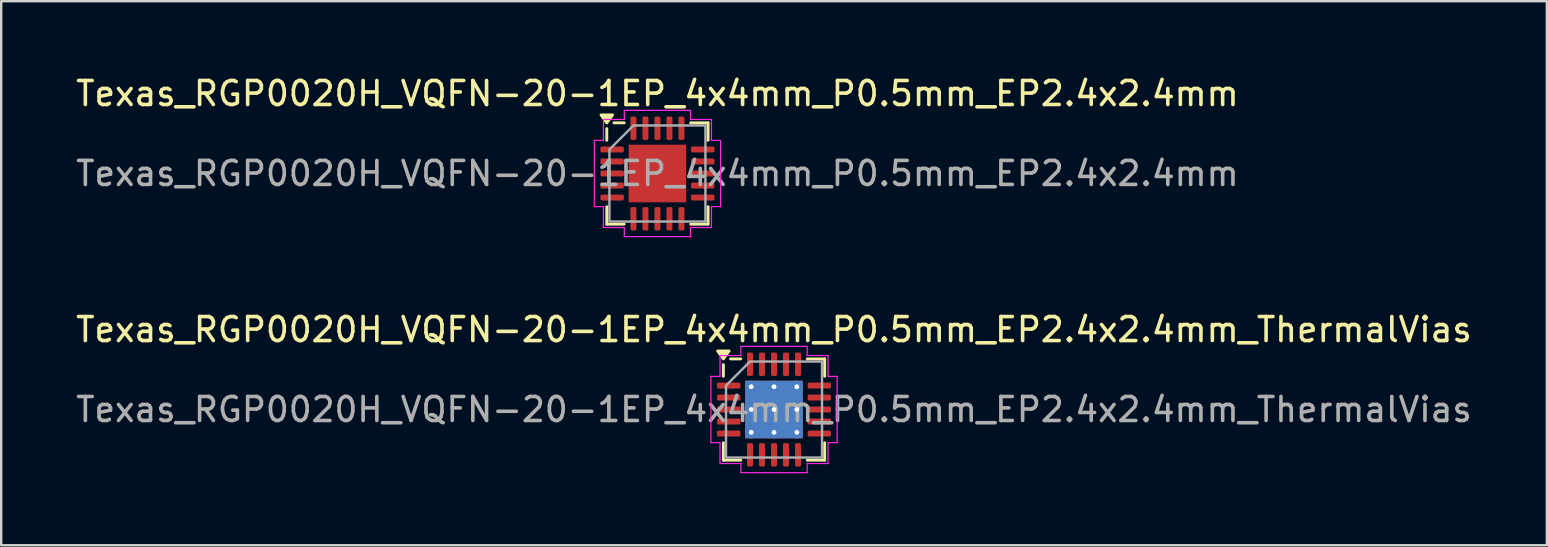
<source format=kicad_pcb>
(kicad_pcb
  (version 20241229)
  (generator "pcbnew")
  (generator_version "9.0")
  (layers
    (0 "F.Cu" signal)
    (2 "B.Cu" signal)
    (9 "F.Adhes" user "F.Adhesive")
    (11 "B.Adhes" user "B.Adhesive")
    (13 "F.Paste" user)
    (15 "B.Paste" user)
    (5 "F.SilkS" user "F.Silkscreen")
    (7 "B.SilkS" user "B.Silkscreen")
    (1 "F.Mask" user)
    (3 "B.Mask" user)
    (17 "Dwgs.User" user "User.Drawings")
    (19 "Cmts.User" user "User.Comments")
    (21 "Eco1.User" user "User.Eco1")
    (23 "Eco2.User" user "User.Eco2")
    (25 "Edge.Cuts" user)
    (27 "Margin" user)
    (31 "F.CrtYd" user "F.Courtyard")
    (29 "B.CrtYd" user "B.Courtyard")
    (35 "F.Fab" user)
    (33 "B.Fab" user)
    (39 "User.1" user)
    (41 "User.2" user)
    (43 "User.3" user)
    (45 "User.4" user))
  (footprint "Texas_RGP0020H_VQFN-20-1EP_4x4mm_P0.5mm_EP2.4x2.4mm_ThermalVias"
    (layer "F.Cu")
    (at 29.196 14.011)
    (property "Reference" "Texas_RGP0020H_VQFN-20-1EP_4x4mm_P0.5mm_EP2.4x2.4mm_ThermalVias" (at 0 -3.33 0) (layer "F.SilkS") (effects (font (size 1 1) (thickness 0.15))))
    (attr smd)
    (fp_line (start -2.11 -1.385) (end -2.11 -1.87) (stroke (width 0.12) (type solid)) (layer "F.SilkS"))
    (fp_line (start -2.11 2.11) (end -2.11 1.385) (stroke (width 0.12) (type solid)) (layer "F.SilkS"))
    (fp_line (start -1.385 -2.11) (end -1.81 -2.11) (stroke (width 0.12) (type solid)) (layer "F.SilkS"))
    (fp_line (start -1.385 2.11) (end -2.11 2.11) (stroke (width 0.12) (type solid)) (layer "F.SilkS"))
    (fp_line (start 1.385 -2.11) (end 2.11 -2.11) (stroke (width 0.12) (type solid)) (layer "F.SilkS"))
    (fp_line (start 1.385 2.11) (end 2.11 2.11) (stroke (width 0.12) (type solid)) (layer "F.SilkS"))
    (fp_line (start 2.11 -2.11) (end 2.11 -1.385) (stroke (width 0.12) (type solid)) (layer "F.SilkS"))
    (fp_line (start 2.11 2.11) (end 2.11 1.385) (stroke (width 0.12) (type solid)) (layer "F.SilkS"))
    (fp_poly (pts (xy -2.11 -2.11) (xy -2.35 -2.44) (xy -1.87 -2.44)) (stroke (width 0.12) (type solid)) (fill yes) (layer "F.SilkS"))
    (fp_line (start -2.63 -1.38) (end -2.25 -1.38) (stroke (width 0.05) (type solid)) (layer "F.CrtYd"))
    (fp_line (start -2.63 1.38) (end -2.63 -1.38) (stroke (width 0.05) (type solid)) (layer "F.CrtYd"))
    (fp_line (start -2.25 -2.25) (end -1.38 -2.25) (stroke (width 0.05) (type solid)) (layer "F.CrtYd"))
    (fp_line (start -2.25 -1.38) (end -2.25 -2.25) (stroke (width 0.05) (type solid)) (layer "F.CrtYd"))
    (fp_line (start -2.25 1.38) (end -2.63 1.38) (stroke (width 0.05) (type solid)) (layer "F.CrtYd"))
    (fp_line (start -2.25 2.25) (end -2.25 1.38) (stroke (width 0.05) (type solid)) (layer "F.CrtYd"))
    (fp_line (start -1.38 -2.63) (end 1.38 -2.63) (stroke (width 0.05) (type solid)) (layer "F.CrtYd"))
    (fp_line (start -1.38 -2.25) (end -1.38 -2.63) (stroke (width 0.05) (type solid)) (layer "F.CrtYd"))
    (fp_line (start -1.38 2.25) (end -2.25 2.25) (stroke (width 0.05) (type solid)) (layer "F.CrtYd"))
    (fp_line (start -1.38 2.63) (end -1.38 2.25) (stroke (width 0.05) (type solid)) (layer "F.CrtYd"))
    (fp_line (start 1.38 -2.63) (end 1.38 -2.25) (stroke (width 0.05) (type solid)) (layer "F.CrtYd"))
    (fp_line (start 1.38 -2.25) (end 2.25 -2.25) (stroke (width 0.05) (type solid)) (layer "F.CrtYd"))
    (fp_line (start 1.38 2.25) (end 1.38 2.63) (stroke (width 0.05) (type solid)) (layer "F.CrtYd"))
    (fp_line (start 1.38 2.63) (end -1.38 2.63) (stroke (width 0.05) (type solid)) (layer "F.CrtYd"))
    (fp_line (start 2.25 -2.25) (end 2.25 -1.38) (stroke (width 0.05) (type solid)) (layer "F.CrtYd"))
    (fp_line (start 2.25 -1.38) (end 2.63 -1.38) (stroke (width 0.05) (type solid)) (layer "F.CrtYd"))
    (fp_line (start 2.25 1.38) (end 2.25 2.25) (stroke (width 0.05) (type solid)) (layer "F.CrtYd"))
    (fp_line (start 2.25 2.25) (end 1.38 2.25) (stroke (width 0.05) (type solid)) (layer "F.CrtYd"))
    (fp_line (start 2.63 -1.38) (end 2.63 1.38) (stroke (width 0.05) (type solid)) (layer "F.CrtYd"))
    (fp_line (start 2.63 1.38) (end 2.25 1.38) (stroke (width 0.05) (type solid)) (layer "F.CrtYd"))
    (fp_poly (pts (xy -2 -1) (xy -2 2) (xy 2 2) (xy 2 -2) (xy -1 -2)) (stroke (width 0.1) (type solid)) (fill no) (layer "F.Fab"))
    (fp_text user "${REFERENCE}" (at 0 0 0) (layer "F.Fab") (effects (font (size 1 1) (thickness 0.15))))
    (pad "" smd roundrect (at -0.6 -0.6) (size 0.85 0.85) (layers "F.Paste") (roundrect_rratio 0.25))
    (pad "" smd roundrect (at -0.6 0.6) (size 0.85 0.85) (layers "F.Paste") (roundrect_rratio 0.25))
    (pad "" smd roundrect (at 0.6 -0.6) (size 0.85 0.85) (layers "F.Paste") (roundrect_rratio 0.25))
    (pad "" smd roundrect (at 0.6 0.6) (size 0.85 0.85) (layers "F.Paste") (roundrect_rratio 0.25))
    (pad "1" smd roundrect (at -1.887 -1) (size 0.975 0.25) (layers "F.Cu" "F.Mask" "F.Paste") (roundrect_rratio 0.25))
    (pad "2" smd roundrect (at -1.887 -0.5) (size 0.975 0.25) (layers "F.Cu" "F.Mask" "F.Paste") (roundrect_rratio 0.25))
    (pad "3" smd roundrect (at -1.887 0) (size 0.975 0.25) (layers "F.Cu" "F.Mask" "F.Paste") (roundrect_rratio 0.25))
    (pad "4" smd roundrect (at -1.887 0.5) (size 0.975 0.25) (layers "F.Cu" "F.Mask" "F.Paste") (roundrect_rratio 0.25))
    (pad "5" smd roundrect (at -1.887 1) (size 0.975 0.25) (layers "F.Cu" "F.Mask" "F.Paste") (roundrect_rratio 0.25))
    (pad "6" smd roundrect (at -1 1.887) (size 0.25 0.975) (layers "F.Cu" "F.Mask" "F.Paste") (roundrect_rratio 0.25))
    (pad "7" smd roundrect (at -0.5 1.887) (size 0.25 0.975) (layers "F.Cu" "F.Mask" "F.Paste") (roundrect_rratio 0.25))
    (pad "8" smd roundrect (at 0 1.887) (size 0.25 0.975) (layers "F.Cu" "F.Mask" "F.Paste") (roundrect_rratio 0.25))
    (pad "9" smd roundrect (at 0.5 1.887) (size 0.25 0.975) (layers "F.Cu" "F.Mask" "F.Paste") (roundrect_rratio 0.25))
    (pad "10" smd roundrect (at 1 1.887) (size 0.25 0.975) (layers "F.Cu" "F.Mask" "F.Paste") (roundrect_rratio 0.25))
    (pad "11" smd roundrect (at 1.887 1) (size 0.975 0.25) (layers "F.Cu" "F.Mask" "F.Paste") (roundrect_rratio 0.25))
    (pad "12" smd roundrect (at 1.887 0.5) (size 0.975 0.25) (layers "F.Cu" "F.Mask" "F.Paste") (roundrect_rratio 0.25))
    (pad "13" smd roundrect (at 1.887 0) (size 0.975 0.25) (layers "F.Cu" "F.Mask" "F.Paste") (roundrect_rratio 0.25))
    (pad "14" smd roundrect (at 1.887 -0.5) (size 0.975 0.25) (layers "F.Cu" "F.Mask" "F.Paste") (roundrect_rratio 0.25))
    (pad "15" smd roundrect (at 1.887 -1) (size 0.975 0.25) (layers "F.Cu" "F.Mask" "F.Paste") (roundrect_rratio 0.25))
    (pad "16" smd roundrect (at 1 -1.887) (size 0.25 0.975) (layers "F.Cu" "F.Mask" "F.Paste") (roundrect_rratio 0.25))
    (pad "17" smd roundrect (at 0.5 -1.887) (size 0.25 0.975) (layers "F.Cu" "F.Mask" "F.Paste") (roundrect_rratio 0.25))
    (pad "18" smd roundrect (at 0 -1.887) (size 0.25 0.975) (layers "F.Cu" "F.Mask" "F.Paste") (roundrect_rratio 0.25))
    (pad "19" smd roundrect (at -0.5 -1.887) (size 0.25 0.975) (layers "F.Cu" "F.Mask" "F.Paste") (roundrect_rratio 0.25))
    (pad "20" smd roundrect (at -1 -1.887) (size 0.25 0.975) (layers "F.Cu" "F.Mask" "F.Paste") (roundrect_rratio 0.25))
    (pad "21" thru_hole circle (at -0.95 -0.95) (size 0.5 0.5) (drill 0.2) (property pad_prop_heatsink) (layers "*.Cu"))
    (pad "21" thru_hole circle (at -0.95 0) (size 0.5 0.5) (drill 0.2) (property pad_prop_heatsink) (layers "*.Cu"))
    (pad "21" thru_hole circle (at -0.95 0.95) (size 0.5 0.5) (drill 0.2) (property pad_prop_heatsink) (layers "*.Cu"))
    (pad "21" thru_hole circle (at 0 -0.95) (size 0.5 0.5) (drill 0.2) (property pad_prop_heatsink) (layers "*.Cu"))
    (pad "21" thru_hole circle (at 0 0) (size 0.5 0.5) (drill 0.2) (property pad_prop_heatsink) (layers "*.Cu"))
    (pad "21" smd rect (at 0 0) (size 2.4 2.4) (property pad_prop_heatsink) (layers "F.Cu" "F.Mask"))
    (pad "21" smd rect (at 0 0) (size 2.4 2.4) (property pad_prop_heatsink) (layers "B.Cu"))
    (pad "21" thru_hole circle (at 0 0.95) (size 0.5 0.5) (drill 0.2) (property pad_prop_heatsink) (layers "*.Cu"))
    (pad "21" thru_hole circle (at 0.95 -0.95) (size 0.5 0.5) (drill 0.2) (property pad_prop_heatsink) (layers "*.Cu"))
    (pad "21" thru_hole circle (at 0.95 0) (size 0.5 0.5) (drill 0.2) (property pad_prop_heatsink) (layers "*.Cu"))
    (pad "21" thru_hole circle (at 0.95 0.95) (size 0.5 0.5) (drill 0.2) (property pad_prop_heatsink) (layers "*.Cu")))
  (footprint "Texas_RGP0020H_VQFN-20-1EP_4x4mm_P0.5mm_EP2.4x2.4mm"
    (layer "F.Cu")
    (at 24.339 4.178)
    (property "Reference" "Texas_RGP0020H_VQFN-20-1EP_4x4mm_P0.5mm_EP2.4x2.4mm" (at 0 -3.33 0) (layer "F.SilkS") (effects (font (size 1 1) (thickness 0.15))))
    (attr smd)
    (fp_line (start -2.11 -1.385) (end -2.11 -1.87) (stroke (width 0.12) (type solid)) (layer "F.SilkS"))
    (fp_line (start -2.11 2.11) (end -2.11 1.385) (stroke (width 0.12) (type solid)) (layer "F.SilkS"))
    (fp_line (start -1.385 -2.11) (end -1.81 -2.11) (stroke (width 0.12) (type solid)) (layer "F.SilkS"))
    (fp_line (start -1.385 2.11) (end -2.11 2.11) (stroke (width 0.12) (type solid)) (layer "F.SilkS"))
    (fp_line (start 1.385 -2.11) (end 2.11 -2.11) (stroke (width 0.12) (type solid)) (layer "F.SilkS"))
    (fp_line (start 1.385 2.11) (end 2.11 2.11) (stroke (width 0.12) (type solid)) (layer "F.SilkS"))
    (fp_line (start 2.11 -2.11) (end 2.11 -1.385) (stroke (width 0.12) (type solid)) (layer "F.SilkS"))
    (fp_line (start 2.11 2.11) (end 2.11 1.385) (stroke (width 0.12) (type solid)) (layer "F.SilkS"))
    (fp_poly (pts (xy -2.11 -2.11) (xy -2.35 -2.44) (xy -1.87 -2.44)) (stroke (width 0.12) (type solid)) (fill yes) (layer "F.SilkS"))
    (fp_line (start -2.63 -1.38) (end -2.25 -1.38) (stroke (width 0.05) (type solid)) (layer "F.CrtYd"))
    (fp_line (start -2.63 1.38) (end -2.63 -1.38) (stroke (width 0.05) (type solid)) (layer "F.CrtYd"))
    (fp_line (start -2.25 -2.25) (end -1.38 -2.25) (stroke (width 0.05) (type solid)) (layer "F.CrtYd"))
    (fp_line (start -2.25 -1.38) (end -2.25 -2.25) (stroke (width 0.05) (type solid)) (layer "F.CrtYd"))
    (fp_line (start -2.25 1.38) (end -2.63 1.38) (stroke (width 0.05) (type solid)) (layer "F.CrtYd"))
    (fp_line (start -2.25 2.25) (end -2.25 1.38) (stroke (width 0.05) (type solid)) (layer "F.CrtYd"))
    (fp_line (start -1.38 -2.63) (end 1.38 -2.63) (stroke (width 0.05) (type solid)) (layer "F.CrtYd"))
    (fp_line (start -1.38 -2.25) (end -1.38 -2.63) (stroke (width 0.05) (type solid)) (layer "F.CrtYd"))
    (fp_line (start -1.38 2.25) (end -2.25 2.25) (stroke (width 0.05) (type solid)) (layer "F.CrtYd"))
    (fp_line (start -1.38 2.63) (end -1.38 2.25) (stroke (width 0.05) (type solid)) (layer "F.CrtYd"))
    (fp_line (start 1.38 -2.63) (end 1.38 -2.25) (stroke (width 0.05) (type solid)) (layer "F.CrtYd"))
    (fp_line (start 1.38 -2.25) (end 2.25 -2.25) (stroke (width 0.05) (type solid)) (layer "F.CrtYd"))
    (fp_line (start 1.38 2.25) (end 1.38 2.63) (stroke (width 0.05) (type solid)) (layer "F.CrtYd"))
    (fp_line (start 1.38 2.63) (end -1.38 2.63) (stroke (width 0.05) (type solid)) (layer "F.CrtYd"))
    (fp_line (start 2.25 -2.25) (end 2.25 -1.38) (stroke (width 0.05) (type solid)) (layer "F.CrtYd"))
    (fp_line (start 2.25 -1.38) (end 2.63 -1.38) (stroke (width 0.05) (type solid)) (layer "F.CrtYd"))
    (fp_line (start 2.25 1.38) (end 2.25 2.25) (stroke (width 0.05) (type solid)) (layer "F.CrtYd"))
    (fp_line (start 2.25 2.25) (end 1.38 2.25) (stroke (width 0.05) (type solid)) (layer "F.CrtYd"))
    (fp_line (start 2.63 -1.38) (end 2.63 1.38) (stroke (width 0.05) (type solid)) (layer "F.CrtYd"))
    (fp_line (start 2.63 1.38) (end 2.25 1.38) (stroke (width 0.05) (type solid)) (layer "F.CrtYd"))
    (fp_poly (pts (xy -2 -1) (xy -2 2) (xy 2 2) (xy 2 -2) (xy -1 -2)) (stroke (width 0.1) (type solid)) (fill no) (layer "F.Fab"))
    (fp_text user "${REFERENCE}" (at 0 0 0) (layer "F.Fab") (effects (font (size 1 1) (thickness 0.15))))
    (pad "" smd roundrect (at -0.6 -0.6) (size 0.97 0.97) (layers "F.Paste") (roundrect_rratio 0.25))
    (pad "" smd roundrect (at -0.6 0.6) (size 0.97 0.97) (layers "F.Paste") (roundrect_rratio 0.25))
    (pad "" smd roundrect (at 0.6 -0.6) (size 0.97 0.97) (layers "F.Paste") (roundrect_rratio 0.25))
    (pad "" smd roundrect (at 0.6 0.6) (size 0.97 0.97) (layers "F.Paste") (roundrect_rratio 0.25))
    (pad "1" smd roundrect (at -1.887 -1) (size 0.975 0.25) (layers "F.Cu" "F.Mask" "F.Paste") (roundrect_rratio 0.25))
    (pad "2" smd roundrect (at -1.887 -0.5) (size 0.975 0.25) (layers "F.Cu" "F.Mask" "F.Paste") (roundrect_rratio 0.25))
    (pad "3" smd roundrect (at -1.887 0) (size 0.975 0.25) (layers "F.Cu" "F.Mask" "F.Paste") (roundrect_rratio 0.25))
    (pad "4" smd roundrect (at -1.887 0.5) (size 0.975 0.25) (layers "F.Cu" "F.Mask" "F.Paste") (roundrect_rratio 0.25))
    (pad "5" smd roundrect (at -1.887 1) (size 0.975 0.25) (layers "F.Cu" "F.Mask" "F.Paste") (roundrect_rratio 0.25))
    (pad "6" smd roundrect (at -1 1.887) (size 0.25 0.975) (layers "F.Cu" "F.Mask" "F.Paste") (roundrect_rratio 0.25))
    (pad "7" smd roundrect (at -0.5 1.887) (size 0.25 0.975) (layers "F.Cu" "F.Mask" "F.Paste") (roundrect_rratio 0.25))
    (pad "8" smd roundrect (at 0 1.887) (size 0.25 0.975) (layers "F.Cu" "F.Mask" "F.Paste") (roundrect_rratio 0.25))
    (pad "9" smd roundrect (at 0.5 1.887) (size 0.25 0.975) (layers "F.Cu" "F.Mask" "F.Paste") (roundrect_rratio 0.25))
    (pad "10" smd roundrect (at 1 1.887) (size 0.25 0.975) (layers "F.Cu" "F.Mask" "F.Paste") (roundrect_rratio 0.25))
    (pad "11" smd roundrect (at 1.887 1) (size 0.975 0.25) (layers "F.Cu" "F.Mask" "F.Paste") (roundrect_rratio 0.25))
    (pad "12" smd roundrect (at 1.887 0.5) (size 0.975 0.25) (layers "F.Cu" "F.Mask" "F.Paste") (roundrect_rratio 0.25))
    (pad "13" smd roundrect (at 1.887 0) (size 0.975 0.25) (layers "F.Cu" "F.Mask" "F.Paste") (roundrect_rratio 0.25))
    (pad "14" smd roundrect (at 1.887 -0.5) (size 0.975 0.25) (layers "F.Cu" "F.Mask" "F.Paste") (roundrect_rratio 0.25))
    (pad "15" smd roundrect (at 1.887 -1) (size 0.975 0.25) (layers "F.Cu" "F.Mask" "F.Paste") (roundrect_rratio 0.25))
    (pad "16" smd roundrect (at 1 -1.887) (size 0.25 0.975) (layers "F.Cu" "F.Mask" "F.Paste") (roundrect_rratio 0.25))
    (pad "17" smd roundrect (at 0.5 -1.887) (size 0.25 0.975) (layers "F.Cu" "F.Mask" "F.Paste") (roundrect_rratio 0.25))
    (pad "18" smd roundrect (at 0 -1.887) (size 0.25 0.975) (layers "F.Cu" "F.Mask" "F.Paste") (roundrect_rratio 0.25))
    (pad "19" smd roundrect (at -0.5 -1.887) (size 0.25 0.975) (layers "F.Cu" "F.Mask" "F.Paste") (roundrect_rratio 0.25))
    (pad "20" smd roundrect (at -1 -1.887) (size 0.25 0.975) (layers "F.Cu" "F.Mask" "F.Paste") (roundrect_rratio 0.25))
    (pad "21" smd rect (at 0 0) (size 2.4 2.4) (property pad_prop_heatsink) (layers "F.Cu" "F.Mask")))
  (gr_rect
    (start -3 -3)
    (end 61.393 19.666)
    (stroke (width 0.1) (type default))
    (fill no)
    (layer "Edge.Cuts")))
</source>
